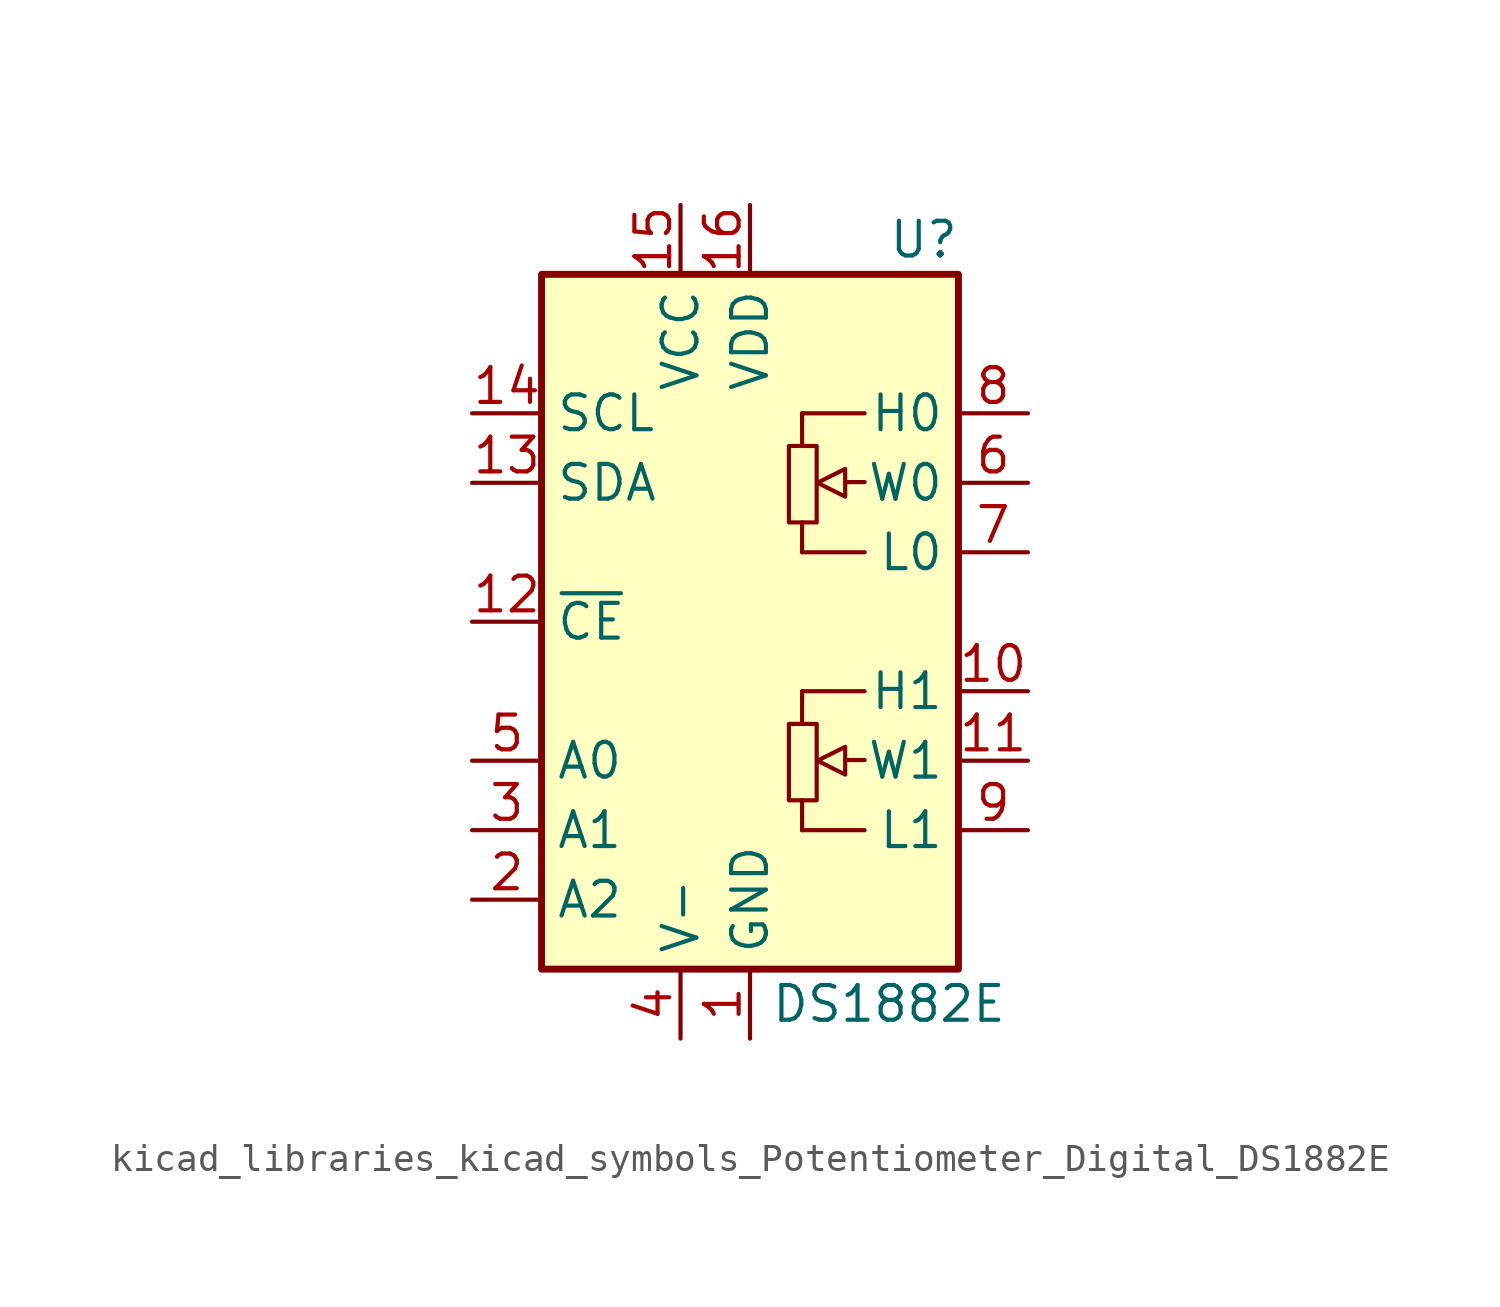
<source format=kicad_sym>
(kicad_symbol_lib
  (version 20220914)
  (generator kicad_symbol_editor)
  (symbol "kicad_libraries_kicad_symbols_Potentiometer_Digital_DS1882E"
    (property "Reference" "U"
      (at 6.35 13.97 0)
      (effects (font (size 1.27 1.27))))
    (property "Value" "DS1882E"
      (at 5.08 -13.97 0)
      (effects (font (size 1.27 1.27))))
    (symbol "kicad_libraries_kicad_symbols_Potentiometer_Digital_DS1882E_0_1"
      (rectangle (start -7.62 12.7) (end 7.62 -12.7) (stroke (width 0.254) (type default)) (fill (type background))))
    (symbol "kicad_libraries_kicad_symbols_Potentiometer_Digital_DS1882E_1_1"
      (polyline (pts (xy 1.905 -7.366) (xy 1.905 -6.528)) (stroke (width 0) (type default)) (fill (type none)))
      (polyline (pts (xy 1.905 -2.769) (xy 1.905 -3.708)) (stroke (width 0) (type default)) (fill (type none)))
      (polyline (pts (xy 1.905 2.794) (xy 1.905 3.632)) (stroke (width 0) (type default)) (fill (type none)))
      (polyline (pts (xy 1.905 7.391) (xy 1.905 6.452)) (stroke (width 0) (type default)) (fill (type none)))
      (polyline (pts (xy 3.48 -5.055) (xy 4.191 -5.055)) (stroke (width 0) (type default)) (fill (type none)))
      (polyline (pts (xy 3.48 5.105) (xy 4.191 5.105)) (stroke (width 0) (type default)) (fill (type none)))
      (polyline (pts (xy 1.905 -7.62) (xy 1.905 -7.366) (xy 1.905 -7.366)) (stroke (width 0) (type default)) (fill (type background)))
      (polyline (pts (xy 1.905 -7.62) (xy 4.191 -7.62) (xy 4.191 -7.62)) (stroke (width 0) (type default)) (fill (type background)))
      (polyline (pts (xy 1.905 -2.54) (xy 1.905 -2.794) (xy 1.905 -2.794)) (stroke (width 0) (type default)) (fill (type none)))
      (polyline (pts (xy 1.905 -2.54) (xy 4.191 -2.54) (xy 4.191 -2.54)) (stroke (width 0) (type default)) (fill (type background)))
      (polyline (pts (xy 1.905 2.54) (xy 1.905 2.794) (xy 1.905 2.794)) (stroke (width 0) (type default)) (fill (type background)))
      (polyline (pts (xy 1.905 2.54) (xy 4.191 2.54) (xy 4.191 2.54)) (stroke (width 0) (type default)) (fill (type background)))
      (polyline (pts (xy 1.905 7.62) (xy 1.905 7.366) (xy 1.905 7.366)) (stroke (width 0) (type default)) (fill (type none)))
      (polyline (pts (xy 1.905 7.62) (xy 4.191 7.62) (xy 4.191 7.62)) (stroke (width 0) (type default)) (fill (type background)))
      (polyline (pts (xy 3.48 -4.572) (xy 3.48 -5.588) (xy 2.464 -5.08) (xy 3.48 -4.572) (xy 3.48 -4.572)) (stroke (width 0) (type default)) (fill (type background)))
      (polyline (pts (xy 3.48 5.588) (xy 3.48 4.572) (xy 2.464 5.08) (xy 3.48 5.588) (xy 3.48 5.588)) (stroke (width 0) (type default)) (fill (type background)))
      (rectangle (start 1.422 -3.734) (end 2.438 -6.528) (stroke (width 0) (type default)) (fill (type none)))
      (rectangle (start 1.422 6.426) (end 2.438 3.632) (stroke (width 0) (type default)) (fill (type none)))
      (pin power_in line (at 0 -15.24 90) (length 2.54) (name "GND" (effects (font (size 1.27 1.27)))) (number "1" (effects (font (size 1.27 1.27)))))
      (pin passive line (at 10.16 -2.54 180) (length 2.54) (name "H1" (effects (font (size 1.27 1.27)))) (number "10" (effects (font (size 1.27 1.27)))))
      (pin passive line (at 10.16 -5.08 180) (length 2.54) (name "W1" (effects (font (size 1.27 1.27)))) (number "11" (effects (font (size 1.27 1.27)))))
      (pin input line (at -10.16 0 0) (length 2.54) (name "~{CE}" (effects (font (size 1.27 1.27)))) (number "12" (effects (font (size 1.27 1.27)))))
      (pin bidirectional line (at -10.16 5.08 0) (length 2.54) (name "SDA" (effects (font (size 1.27 1.27)))) (number "13" (effects (font (size 1.27 1.27)))))
      (pin input line (at -10.16 7.62 0) (length 2.54) (name "SCL" (effects (font (size 1.27 1.27)))) (number "14" (effects (font (size 1.27 1.27)))))
      (pin power_in line (at -2.54 15.24 270) (length 2.54) (name "VCC" (effects (font (size 1.27 1.27)))) (number "15" (effects (font (size 1.27 1.27)))))
      (pin power_in line (at 0 15.24 270) (length 2.54) (name "VDD" (effects (font (size 1.27 1.27)))) (number "16" (effects (font (size 1.27 1.27)))))
      (pin input line (at -10.16 -10.16 0) (length 2.54) (name "A2" (effects (font (size 1.27 1.27)))) (number "2" (effects (font (size 1.27 1.27)))))
      (pin input line (at -10.16 -7.62 0) (length 2.54) (name "A1" (effects (font (size 1.27 1.27)))) (number "3" (effects (font (size 1.27 1.27)))))
      (pin power_in line (at -2.54 -15.24 90) (length 2.54) (name "V-" (effects (font (size 1.27 1.27)))) (number "4" (effects (font (size 1.27 1.27)))))
      (pin input line (at -10.16 -5.08 0) (length 2.54) (name "A0" (effects (font (size 1.27 1.27)))) (number "5" (effects (font (size 1.27 1.27)))))
      (pin passive line (at 10.16 5.08 180) (length 2.54) (name "W0" (effects (font (size 1.27 1.27)))) (number "6" (effects (font (size 1.27 1.27)))))
      (pin passive line (at 10.16 2.54 180) (length 2.54) (name "L0" (effects (font (size 1.27 1.27)))) (number "7" (effects (font (size 1.27 1.27)))))
      (pin passive line (at 10.16 7.62 180) (length 2.54) (name "H0" (effects (font (size 1.27 1.27)))) (number "8" (effects (font (size 1.27 1.27)))))
      (pin passive line (at 10.16 -7.62 180) (length 2.54) (name "L1" (effects (font (size 1.27 1.27)))) (number "9" (effects (font (size 1.27 1.27))))))))
</source>
